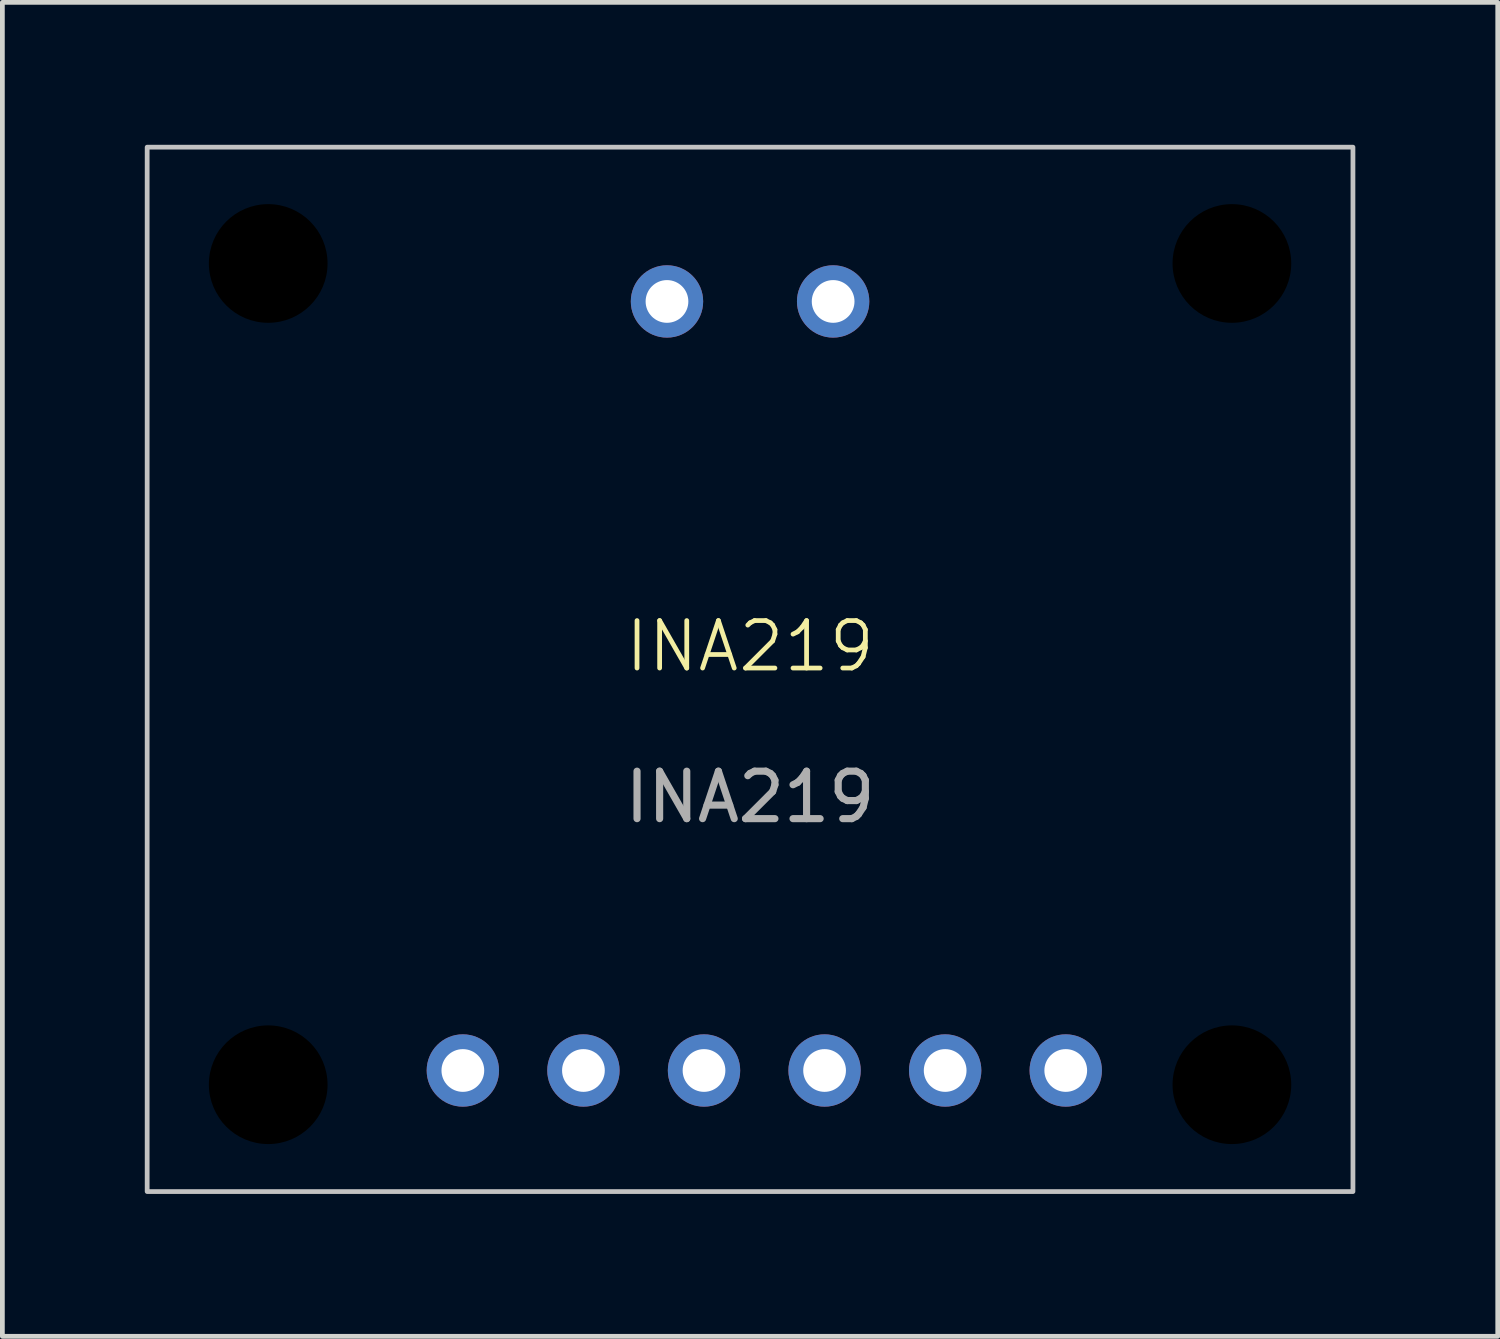
<source format=kicad_pcb>
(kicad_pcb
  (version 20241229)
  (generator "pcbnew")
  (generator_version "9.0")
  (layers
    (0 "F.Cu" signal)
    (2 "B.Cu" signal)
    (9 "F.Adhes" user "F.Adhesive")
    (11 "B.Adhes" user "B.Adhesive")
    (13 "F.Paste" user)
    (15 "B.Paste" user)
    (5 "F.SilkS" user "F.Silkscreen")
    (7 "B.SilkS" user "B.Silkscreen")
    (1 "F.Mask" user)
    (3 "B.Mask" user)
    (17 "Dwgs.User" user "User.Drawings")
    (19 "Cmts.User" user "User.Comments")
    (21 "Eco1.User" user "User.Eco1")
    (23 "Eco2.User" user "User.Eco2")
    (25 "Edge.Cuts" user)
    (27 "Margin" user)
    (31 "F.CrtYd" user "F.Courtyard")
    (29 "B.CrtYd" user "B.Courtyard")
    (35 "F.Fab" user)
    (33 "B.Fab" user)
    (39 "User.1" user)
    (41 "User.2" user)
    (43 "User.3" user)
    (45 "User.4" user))
  (footprint "INA219"
    (layer "F.Cu")
    (at 12.75 11.05)
    (property "Reference" "INA219" (at 0 -0.485 0) (unlocked yes) (layer "F.SilkS") (effects (font (size 1 1) (thickness 0.1))))
    (attr through_hole)
    (fp_rect (start -12.7 -11) (end 12.7 11) (stroke (width 0.1) (type default)) (fill no) (layer "Dwgs.User"))
    (fp_text user "${REFERENCE}" (at 0 2.69 0) (unlocked yes) (layer "F.Fab") (effects (font (size 1 1) (thickness 0.15))))
    (pad "" np_thru_hole circle (at -10.15 -8.55) (size 3 3) (drill 2.5) (layers "*.Mask"))
    (pad "" np_thru_hole circle (at -10.15 8.75) (size 3 3) (drill 2.5) (layers "*.Mask"))
    (pad "" np_thru_hole circle (at 10.15 -8.55) (size 3 3) (drill 2.5) (layers "*.Mask"))
    (pad "" np_thru_hole circle (at 10.15 8.75) (size 3 3) (drill 2.5) (layers "*.Mask"))
    (pad "1" thru_hole circle (at -1.75 -7.75) (size 1.524 1.524) (drill 0.9) (layers "*.Cu" "*.Mask"))
    (pad "1" thru_hole circle (at 4.11 8.45) (size 1.524 1.524) (drill 0.9) (layers "*.Cu" "*.Mask"))
    (pad "2" thru_hole circle (at 1.75 -7.75) (size 1.524 1.524) (drill 0.9) (layers "*.Cu" "*.Mask"))
    (pad "2" thru_hole circle (at 6.65 8.45) (size 1.524 1.524) (drill 0.9) (layers "*.Cu" "*.Mask"))
    (pad "3" thru_hole circle (at -6.05 8.45) (size 1.524 1.524) (drill 0.9) (layers "*.Cu" "*.Mask"))
    (pad "4" thru_hole circle (at -3.51 8.45) (size 1.524 1.524) (drill 0.9) (layers "*.Cu" "*.Mask"))
    (pad "5" thru_hole circle (at -0.97 8.45) (size 1.524 1.524) (drill 0.9) (layers "*.Cu" "*.Mask"))
    (pad "6" thru_hole circle (at 1.57 8.45) (size 1.524 1.524) (drill 0.9) (layers "*.Cu" "*.Mask")))
  (gr_rect
    (start -3 -3)
    (end 28.5 25.1)
    (stroke (width 0.1) (type default))
    (fill no)
    (layer "Edge.Cuts")))
</source>
